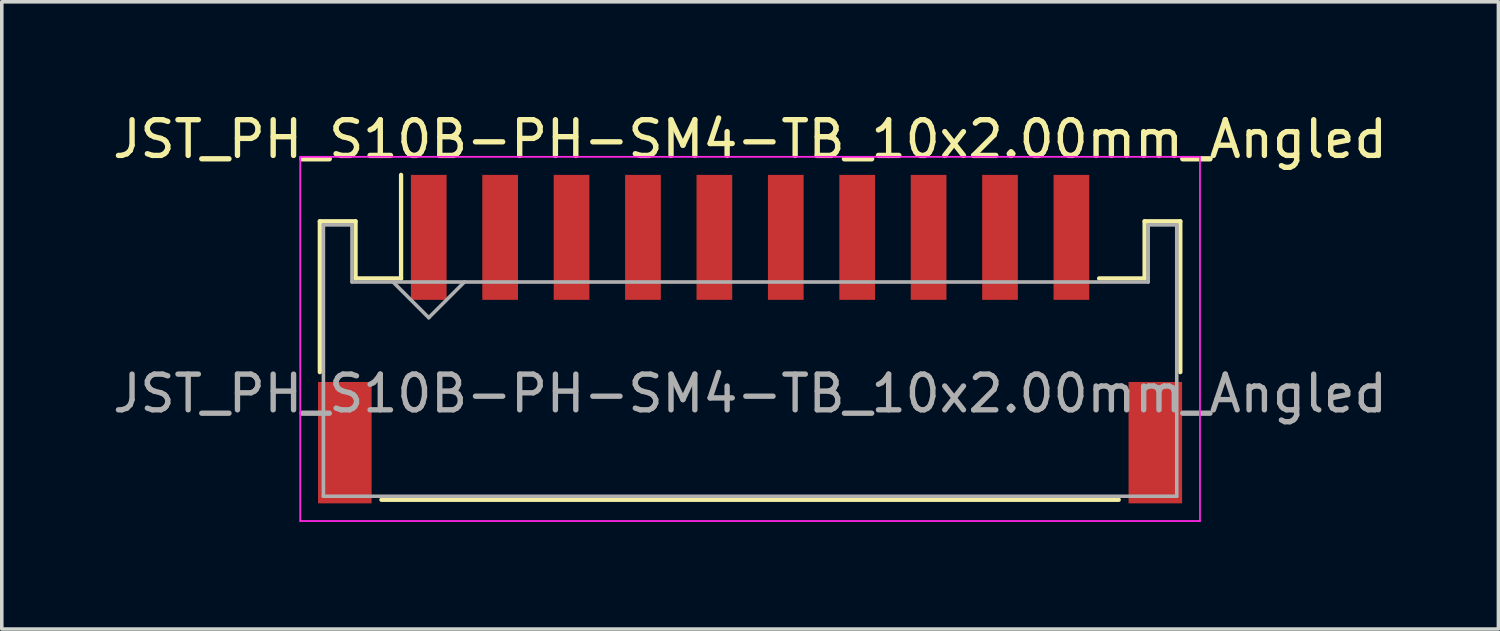
<source format=kicad_pcb>
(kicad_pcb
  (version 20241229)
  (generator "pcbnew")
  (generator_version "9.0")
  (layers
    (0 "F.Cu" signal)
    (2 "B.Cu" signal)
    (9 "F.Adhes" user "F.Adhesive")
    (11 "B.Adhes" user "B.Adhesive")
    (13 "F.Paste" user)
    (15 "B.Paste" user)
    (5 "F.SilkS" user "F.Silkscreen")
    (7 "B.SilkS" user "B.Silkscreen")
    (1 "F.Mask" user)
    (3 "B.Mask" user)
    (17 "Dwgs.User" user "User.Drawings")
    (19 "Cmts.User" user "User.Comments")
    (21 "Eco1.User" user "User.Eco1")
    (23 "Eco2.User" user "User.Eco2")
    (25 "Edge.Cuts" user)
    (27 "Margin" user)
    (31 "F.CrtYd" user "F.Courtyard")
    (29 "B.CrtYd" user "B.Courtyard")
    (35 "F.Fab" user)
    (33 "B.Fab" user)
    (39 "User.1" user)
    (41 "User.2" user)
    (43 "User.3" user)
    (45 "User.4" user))
  (footprint "JST_PH_S10B-PH-SM4-TB_10x2.00mm_Angled"
    (layer "F.Cu")
    (at 17.958 6.473)
    (property "Reference" "JST_PH_S10B-PH-SM4-TB_10x2.00mm_Angled" (at 0 -5.625 0) (layer "F.SilkS") (effects (font (size 1 1) (thickness 0.15))))
    (attr smd)
    (fp_line (start -12.05 -3.325) (end -12.05 0.9) (stroke (width 0.12) (type solid)) (layer "F.SilkS"))
    (fp_line (start -11.05 -3.325) (end -12.05 -3.325) (stroke (width 0.12) (type solid)) (layer "F.SilkS"))
    (fp_line (start -11.05 -1.725) (end -11.05 -3.325) (stroke (width 0.12) (type solid)) (layer "F.SilkS"))
    (fp_line (start -10.325 4.475) (end 10.325 4.475) (stroke (width 0.12) (type solid)) (layer "F.SilkS"))
    (fp_line (start -9.775 -1.725) (end -11.05 -1.725) (stroke (width 0.12) (type solid)) (layer "F.SilkS"))
    (fp_line (start -9.775 -1.725) (end -9.775 -4.625) (stroke (width 0.12) (type solid)) (layer "F.SilkS"))
    (fp_line (start 11.05 -3.325) (end 11.05 -1.725) (stroke (width 0.12) (type solid)) (layer "F.SilkS"))
    (fp_line (start 11.05 -1.725) (end 9.775 -1.725) (stroke (width 0.12) (type solid)) (layer "F.SilkS"))
    (fp_line (start 12.05 -3.325) (end 11.05 -3.325) (stroke (width 0.12) (type solid)) (layer "F.SilkS"))
    (fp_line (start 12.05 0.9) (end 12.05 -3.325) (stroke (width 0.12) (type solid)) (layer "F.SilkS"))
    (fp_line (start -12.6 -5.13) (end -12.6 5.07) (stroke (width 0.05) (type solid)) (layer "F.CrtYd"))
    (fp_line (start -12.6 5.07) (end 12.6 5.07) (stroke (width 0.05) (type solid)) (layer "F.CrtYd"))
    (fp_line (start 12.6 -5.13) (end -12.6 -5.13) (stroke (width 0.05) (type solid)) (layer "F.CrtYd"))
    (fp_line (start 12.6 5.07) (end 12.6 -5.13) (stroke (width 0.05) (type solid)) (layer "F.CrtYd"))
    (fp_line (start -11.95 -3.225) (end -11.95 4.375) (stroke (width 0.1) (type solid)) (layer "F.Fab"))
    (fp_line (start -11.95 4.375) (end 11.95 4.375) (stroke (width 0.1) (type solid)) (layer "F.Fab"))
    (fp_line (start -11.15 -3.225) (end -11.95 -3.225) (stroke (width 0.1) (type solid)) (layer "F.Fab"))
    (fp_line (start -11.15 -1.625) (end -11.15 -3.225) (stroke (width 0.1) (type solid)) (layer "F.Fab"))
    (fp_line (start -10 -1.625) (end -9 -0.625) (stroke (width 0.1) (type solid)) (layer "F.Fab"))
    (fp_line (start -9 -0.625) (end -8 -1.625) (stroke (width 0.1) (type solid)) (layer "F.Fab"))
    (fp_line (start 11.15 -3.225) (end 11.15 -1.625) (stroke (width 0.1) (type solid)) (layer "F.Fab"))
    (fp_line (start 11.15 -1.625) (end -11.15 -1.625) (stroke (width 0.1) (type solid)) (layer "F.Fab"))
    (fp_line (start 11.95 -3.225) (end 11.15 -3.225) (stroke (width 0.1) (type solid)) (layer "F.Fab"))
    (fp_line (start 11.95 4.375) (end 11.95 -3.225) (stroke (width 0.1) (type solid)) (layer "F.Fab"))
    (fp_text user "${REFERENCE}" (at 0 1.5 0) (layer "F.Fab") (effects (font (size 1 1) (thickness 0.15))))
    (pad "" smd rect (at -11.35 2.875) (size 1.5 3.4) (layers "F.Cu" "F.Mask" "F.Paste"))
    (pad "" smd rect (at 11.35 2.875) (size 1.5 3.4) (layers "F.Cu" "F.Mask" "F.Paste"))
    (pad "1" smd rect (at -9 -2.875) (size 1 3.5) (layers "F.Cu" "F.Mask" "F.Paste"))
    (pad "2" smd rect (at -7 -2.875) (size 1 3.5) (layers "F.Cu" "F.Mask" "F.Paste"))
    (pad "3" smd rect (at -5 -2.875) (size 1 3.5) (layers "F.Cu" "F.Mask" "F.Paste"))
    (pad "4" smd rect (at -3 -2.875) (size 1 3.5) (layers "F.Cu" "F.Mask" "F.Paste"))
    (pad "5" smd rect (at -1 -2.875) (size 1 3.5) (layers "F.Cu" "F.Mask" "F.Paste"))
    (pad "6" smd rect (at 1 -2.875) (size 1 3.5) (layers "F.Cu" "F.Mask" "F.Paste"))
    (pad "7" smd rect (at 3 -2.875) (size 1 3.5) (layers "F.Cu" "F.Mask" "F.Paste"))
    (pad "8" smd rect (at 5 -2.875) (size 1 3.5) (layers "F.Cu" "F.Mask" "F.Paste"))
    (pad "9" smd rect (at 7 -2.875) (size 1 3.5) (layers "F.Cu" "F.Mask" "F.Paste"))
    (pad "10" smd rect (at 9 -2.875) (size 1 3.5) (layers "F.Cu" "F.Mask" "F.Paste")))
  (gr_rect
    (start -3 -3)
    (end 38.917 14.568)
    (stroke (width 0.1) (type default))
    (fill no)
    (layer "Edge.Cuts")))
</source>
